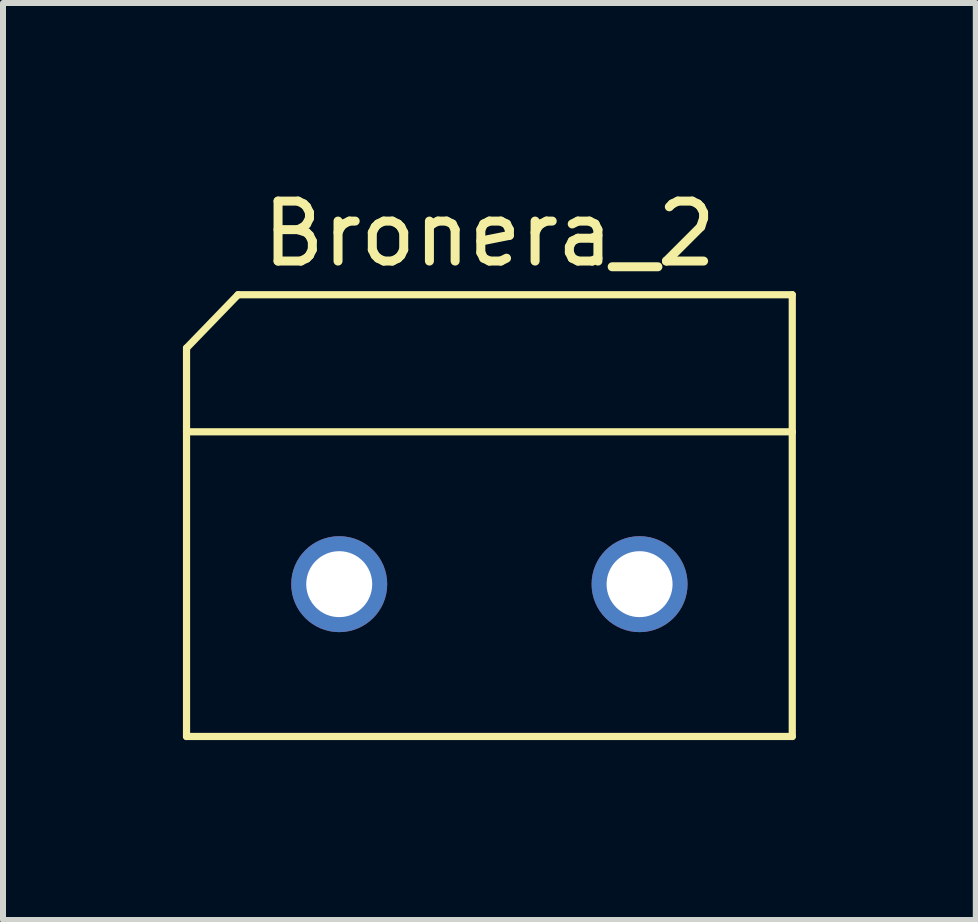
<source format=kicad_pcb>
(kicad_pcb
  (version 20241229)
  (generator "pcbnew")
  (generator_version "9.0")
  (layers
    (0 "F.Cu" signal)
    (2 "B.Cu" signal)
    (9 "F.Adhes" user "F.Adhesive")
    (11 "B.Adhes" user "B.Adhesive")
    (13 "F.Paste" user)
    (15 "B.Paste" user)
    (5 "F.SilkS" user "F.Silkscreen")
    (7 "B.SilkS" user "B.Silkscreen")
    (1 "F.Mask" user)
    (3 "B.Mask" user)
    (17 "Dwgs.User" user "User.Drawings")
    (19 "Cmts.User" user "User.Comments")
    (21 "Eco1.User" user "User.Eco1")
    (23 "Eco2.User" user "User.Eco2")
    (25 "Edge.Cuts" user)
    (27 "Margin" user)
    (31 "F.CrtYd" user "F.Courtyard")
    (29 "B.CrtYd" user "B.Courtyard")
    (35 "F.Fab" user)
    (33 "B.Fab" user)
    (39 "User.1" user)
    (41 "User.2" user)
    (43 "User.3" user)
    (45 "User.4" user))
  (footprint "Bronera_2"
    (layer "F.Cu")
    (at 5.11 6.69)
    (property "Reference" "Bronera_2" (at 0 -5.842 0) (layer "F.SilkS") (effects (font (size 1 1) (thickness 0.15))))
    (attr through_hole)
    (fp_line (start -5.05 -3.937) (end -4.191 -4.826) (stroke (width 0.12) (type solid)) (layer "F.SilkS"))
    (fp_line (start -5.05 -2.54) (end -5.05 -3.937) (stroke (width 0.12) (type solid)) (layer "F.SilkS"))
    (fp_line (start -5.05 -2.54) (end 5.05 -2.54) (stroke (width 0.12) (type solid)) (layer "F.SilkS"))
    (fp_line (start -5.05 2.54) (end -5.05 -2.54) (stroke (width 0.12) (type solid)) (layer "F.SilkS"))
    (fp_line (start -5.05 2.54) (end 5.05 2.54) (stroke (width 0.12) (type solid)) (layer "F.SilkS"))
    (fp_line (start -4.191 -4.826) (end 5.05 -4.826) (stroke (width 0.12) (type solid)) (layer "F.SilkS"))
    (fp_line (start 5.05 -2.54) (end 5.05 -4.826) (stroke (width 0.12) (type solid)) (layer "F.SilkS"))
    (fp_line (start 5.05 2.54) (end 5.05 -2.54) (stroke (width 0.12) (type solid)) (layer "F.SilkS"))
    (pad "1" thru_hole circle (at -2.504 0) (size 1.6 1.6) (drill 1.1) (layers "*.Cu" "*.Mask"))
    (pad "2" thru_hole circle (at 2.504 0) (size 1.6 1.6) (drill 1.1) (layers "*.Cu" "*.Mask")))
  (gr_rect
    (start -3 -3)
    (end 13.22 12.29)
    (stroke (width 0.1) (type default))
    (fill no)
    (layer "Edge.Cuts")))
</source>
